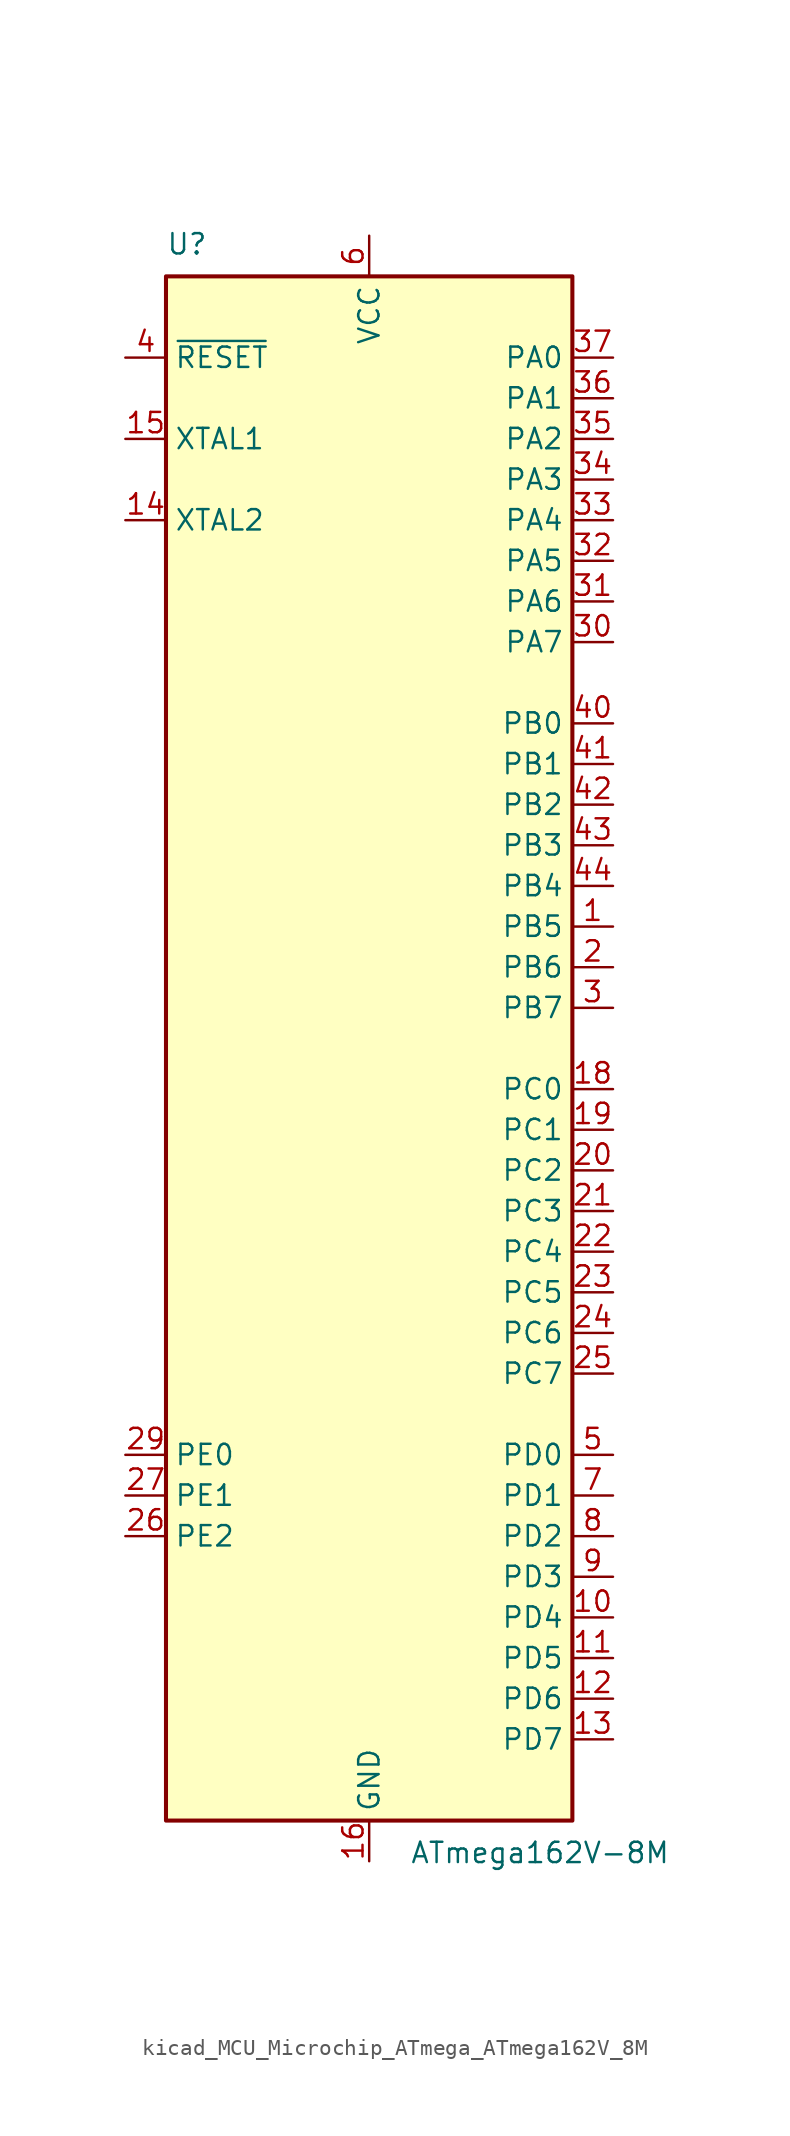
<source format=kicad_sym>
(kicad_symbol_lib
  (version 20220914)
  (generator kicad_symbol_editor)
  (symbol "kicad_MCU_Microchip_ATmega_ATmega162V_8M"
    (property "Reference" "U"
      (at -12.7 49.53 0)
      (effects (font (size 1.27 1.27)) (justify left bottom)))
    (property "Value" "ATmega162V-8M"
      (at 2.54 -49.53 0)
      (effects (font (size 1.27 1.27)) (justify left top)))
    (symbol "kicad_MCU_Microchip_ATmega_ATmega162V_8M_0_1"
      (rectangle (start -12.7 -48.26) (end 12.7 48.26) (stroke (width 0.254) (type default)) (fill (type background))))
    (symbol "kicad_MCU_Microchip_ATmega_ATmega162V_8M_1_1"
      (pin bidirectional line (at 15.24 7.62 180) (length 2.54) (name "PB5" (effects (font (size 1.27 1.27)))) (number "1" (effects (font (size 1.27 1.27)))))
      (pin bidirectional line (at 15.24 -35.56 180) (length 2.54) (name "PD4" (effects (font (size 1.27 1.27)))) (number "10" (effects (font (size 1.27 1.27)))))
      (pin bidirectional line (at 15.24 -38.1 180) (length 2.54) (name "PD5" (effects (font (size 1.27 1.27)))) (number "11" (effects (font (size 1.27 1.27)))))
      (pin bidirectional line (at 15.24 -40.64 180) (length 2.54) (name "PD6" (effects (font (size 1.27 1.27)))) (number "12" (effects (font (size 1.27 1.27)))))
      (pin bidirectional line (at 15.24 -43.18 180) (length 2.54) (name "PD7" (effects (font (size 1.27 1.27)))) (number "13" (effects (font (size 1.27 1.27)))))
      (pin output line (at -15.24 33.02 0) (length 2.54) (name "XTAL2" (effects (font (size 1.27 1.27)))) (number "14" (effects (font (size 1.27 1.27)))))
      (pin input line (at -15.24 38.1 0) (length 2.54) (name "XTAL1" (effects (font (size 1.27 1.27)))) (number "15" (effects (font (size 1.27 1.27)))))
      (pin power_in line (at 0 -50.8 90) (length 2.54) (name "GND" (effects (font (size 1.27 1.27)))) (number "16" (effects (font (size 1.27 1.27)))))
      (pin passive line (at 0 50.8 270) (length 2.54) hide (name "VCC" (effects (font (size 1.27 1.27)))) (number "17" (effects (font (size 1.27 1.27)))))
      (pin bidirectional line (at 15.24 -2.54 180) (length 2.54) (name "PC0" (effects (font (size 1.27 1.27)))) (number "18" (effects (font (size 1.27 1.27)))))
      (pin bidirectional line (at 15.24 -5.08 180) (length 2.54) (name "PC1" (effects (font (size 1.27 1.27)))) (number "19" (effects (font (size 1.27 1.27)))))
      (pin bidirectional line (at 15.24 5.08 180) (length 2.54) (name "PB6" (effects (font (size 1.27 1.27)))) (number "2" (effects (font (size 1.27 1.27)))))
      (pin bidirectional line (at 15.24 -7.62 180) (length 2.54) (name "PC2" (effects (font (size 1.27 1.27)))) (number "20" (effects (font (size 1.27 1.27)))))
      (pin bidirectional line (at 15.24 -10.16 180) (length 2.54) (name "PC3" (effects (font (size 1.27 1.27)))) (number "21" (effects (font (size 1.27 1.27)))))
      (pin bidirectional line (at 15.24 -12.7 180) (length 2.54) (name "PC4" (effects (font (size 1.27 1.27)))) (number "22" (effects (font (size 1.27 1.27)))))
      (pin bidirectional line (at 15.24 -15.24 180) (length 2.54) (name "PC5" (effects (font (size 1.27 1.27)))) (number "23" (effects (font (size 1.27 1.27)))))
      (pin bidirectional line (at 15.24 -17.78 180) (length 2.54) (name "PC6" (effects (font (size 1.27 1.27)))) (number "24" (effects (font (size 1.27 1.27)))))
      (pin bidirectional line (at 15.24 -20.32 180) (length 2.54) (name "PC7" (effects (font (size 1.27 1.27)))) (number "25" (effects (font (size 1.27 1.27)))))
      (pin bidirectional line (at -15.24 -30.48 0) (length 2.54) (name "PE2" (effects (font (size 1.27 1.27)))) (number "26" (effects (font (size 1.27 1.27)))))
      (pin bidirectional line (at -15.24 -27.94 0) (length 2.54) (name "PE1" (effects (font (size 1.27 1.27)))) (number "27" (effects (font (size 1.27 1.27)))))
      (pin passive line (at 0 -50.8 90) (length 2.54) hide (name "GND" (effects (font (size 1.27 1.27)))) (number "28" (effects (font (size 1.27 1.27)))))
      (pin bidirectional line (at -15.24 -25.4 0) (length 2.54) (name "PE0" (effects (font (size 1.27 1.27)))) (number "29" (effects (font (size 1.27 1.27)))))
      (pin bidirectional line (at 15.24 2.54 180) (length 2.54) (name "PB7" (effects (font (size 1.27 1.27)))) (number "3" (effects (font (size 1.27 1.27)))))
      (pin bidirectional line (at 15.24 25.4 180) (length 2.54) (name "PA7" (effects (font (size 1.27 1.27)))) (number "30" (effects (font (size 1.27 1.27)))))
      (pin bidirectional line (at 15.24 27.94 180) (length 2.54) (name "PA6" (effects (font (size 1.27 1.27)))) (number "31" (effects (font (size 1.27 1.27)))))
      (pin bidirectional line (at 15.24 30.48 180) (length 2.54) (name "PA5" (effects (font (size 1.27 1.27)))) (number "32" (effects (font (size 1.27 1.27)))))
      (pin bidirectional line (at 15.24 33.02 180) (length 2.54) (name "PA4" (effects (font (size 1.27 1.27)))) (number "33" (effects (font (size 1.27 1.27)))))
      (pin bidirectional line (at 15.24 35.56 180) (length 2.54) (name "PA3" (effects (font (size 1.27 1.27)))) (number "34" (effects (font (size 1.27 1.27)))))
      (pin bidirectional line (at 15.24 38.1 180) (length 2.54) (name "PA2" (effects (font (size 1.27 1.27)))) (number "35" (effects (font (size 1.27 1.27)))))
      (pin bidirectional line (at 15.24 40.64 180) (length 2.54) (name "PA1" (effects (font (size 1.27 1.27)))) (number "36" (effects (font (size 1.27 1.27)))))
      (pin bidirectional line (at 15.24 43.18 180) (length 2.54) (name "PA0" (effects (font (size 1.27 1.27)))) (number "37" (effects (font (size 1.27 1.27)))))
      (pin passive line (at 0 50.8 270) (length 2.54) hide (name "VCC" (effects (font (size 1.27 1.27)))) (number "38" (effects (font (size 1.27 1.27)))))
      (pin passive line (at 0 -50.8 90) (length 2.54) hide (name "GND" (effects (font (size 1.27 1.27)))) (number "39" (effects (font (size 1.27 1.27)))))
      (pin input line (at -15.24 43.18 0) (length 2.54) (name "~{RESET}" (effects (font (size 1.27 1.27)))) (number "4" (effects (font (size 1.27 1.27)))))
      (pin bidirectional line (at 15.24 20.32 180) (length 2.54) (name "PB0" (effects (font (size 1.27 1.27)))) (number "40" (effects (font (size 1.27 1.27)))))
      (pin bidirectional line (at 15.24 17.78 180) (length 2.54) (name "PB1" (effects (font (size 1.27 1.27)))) (number "41" (effects (font (size 1.27 1.27)))))
      (pin bidirectional line (at 15.24 15.24 180) (length 2.54) (name "PB2" (effects (font (size 1.27 1.27)))) (number "42" (effects (font (size 1.27 1.27)))))
      (pin bidirectional line (at 15.24 12.7 180) (length 2.54) (name "PB3" (effects (font (size 1.27 1.27)))) (number "43" (effects (font (size 1.27 1.27)))))
      (pin bidirectional line (at 15.24 10.16 180) (length 2.54) (name "PB4" (effects (font (size 1.27 1.27)))) (number "44" (effects (font (size 1.27 1.27)))))
      (pin passive line (at 0 -50.8 90) (length 2.54) hide (name "GND" (effects (font (size 1.27 1.27)))) (number "45" (effects (font (size 1.27 1.27)))))
      (pin bidirectional line (at 15.24 -25.4 180) (length 2.54) (name "PD0" (effects (font (size 1.27 1.27)))) (number "5" (effects (font (size 1.27 1.27)))))
      (pin power_in line (at 0 50.8 270) (length 2.54) (name "VCC" (effects (font (size 1.27 1.27)))) (number "6" (effects (font (size 1.27 1.27)))))
      (pin bidirectional line (at 15.24 -27.94 180) (length 2.54) (name "PD1" (effects (font (size 1.27 1.27)))) (number "7" (effects (font (size 1.27 1.27)))))
      (pin bidirectional line (at 15.24 -30.48 180) (length 2.54) (name "PD2" (effects (font (size 1.27 1.27)))) (number "8" (effects (font (size 1.27 1.27)))))
      (pin bidirectional line (at 15.24 -33.02 180) (length 2.54) (name "PD3" (effects (font (size 1.27 1.27)))) (number "9" (effects (font (size 1.27 1.27))))))))
</source>
